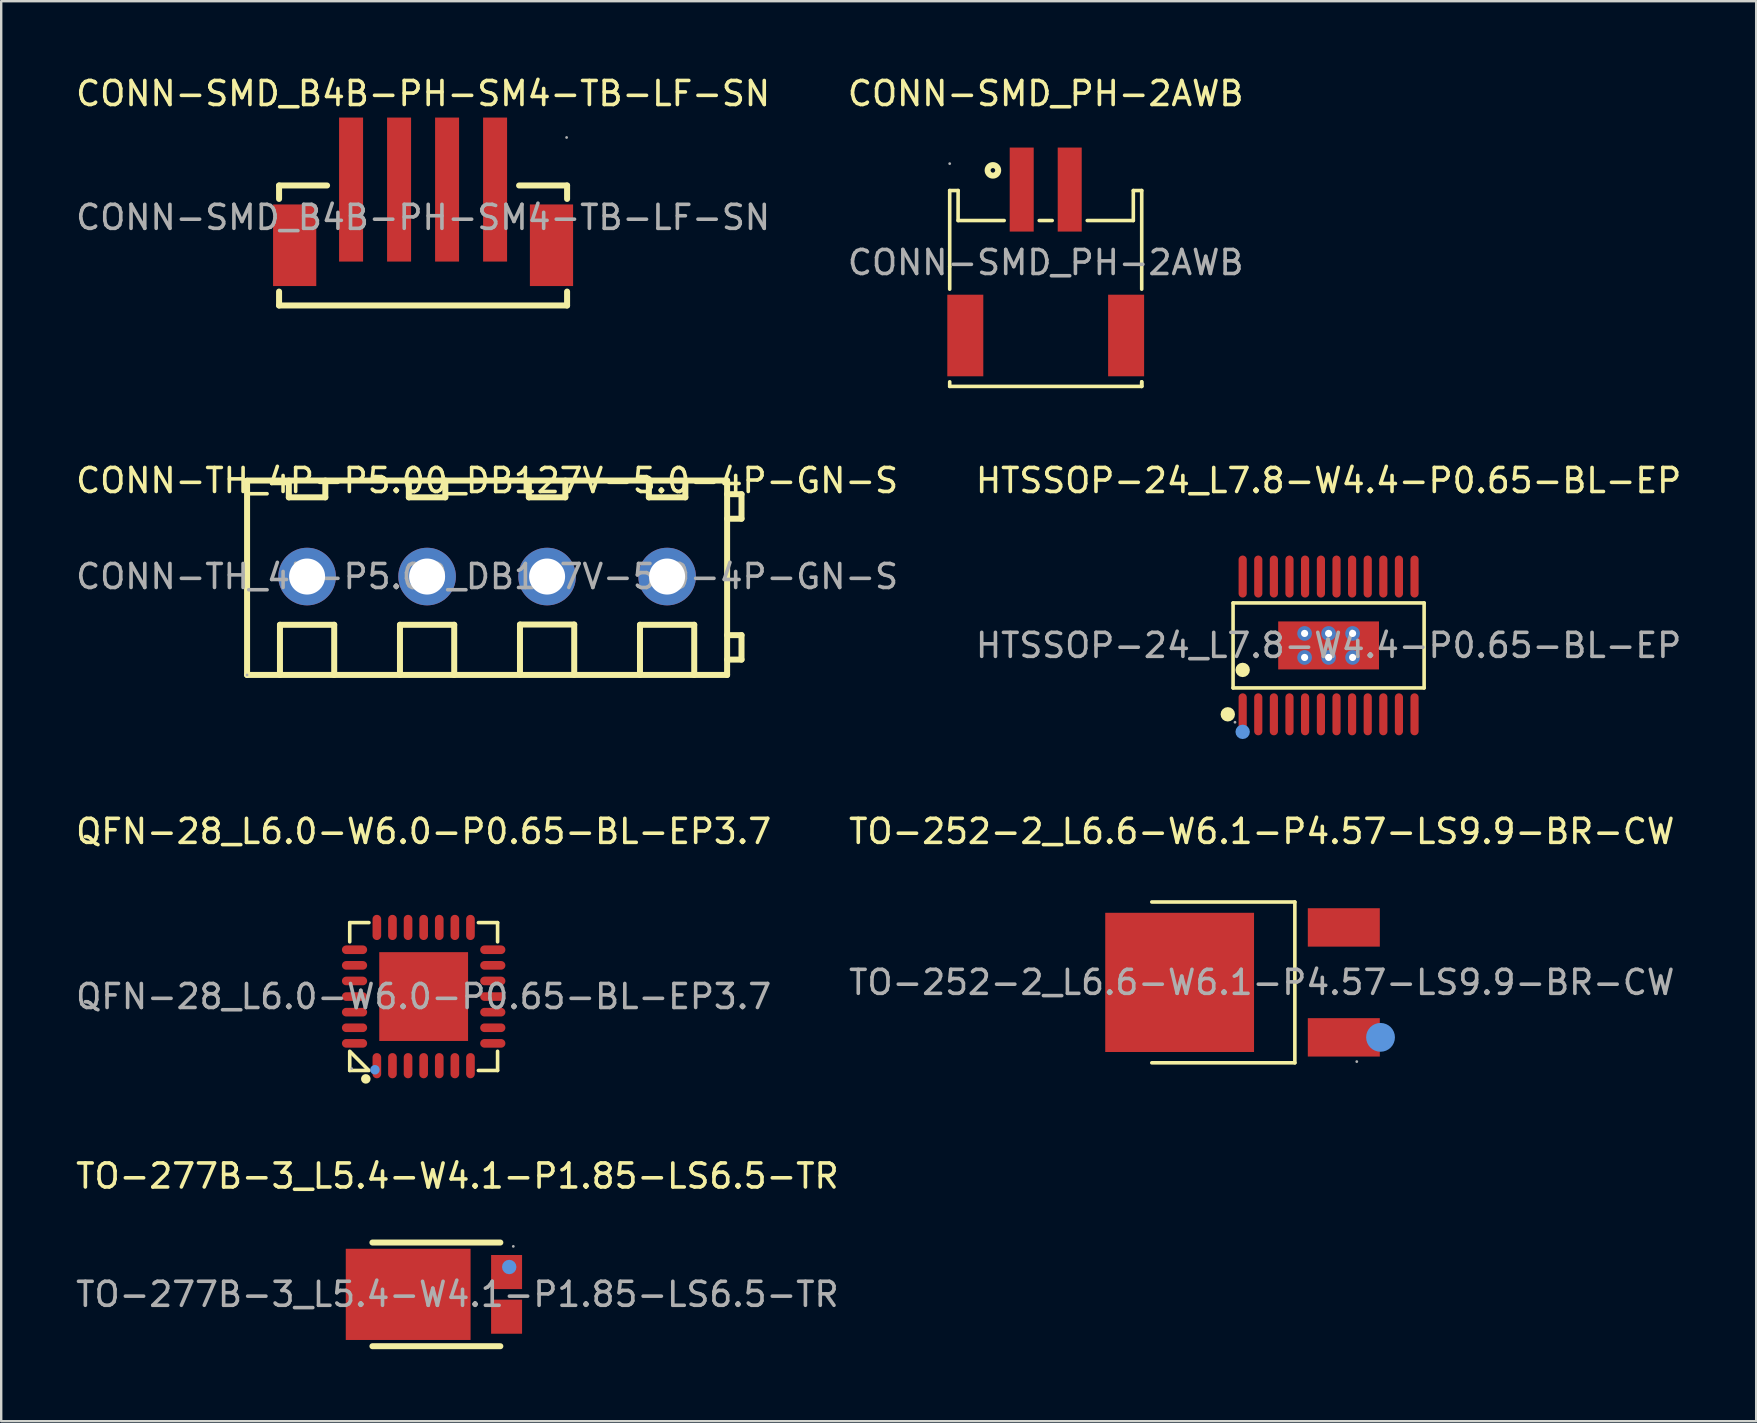
<source format=kicad_pcb>
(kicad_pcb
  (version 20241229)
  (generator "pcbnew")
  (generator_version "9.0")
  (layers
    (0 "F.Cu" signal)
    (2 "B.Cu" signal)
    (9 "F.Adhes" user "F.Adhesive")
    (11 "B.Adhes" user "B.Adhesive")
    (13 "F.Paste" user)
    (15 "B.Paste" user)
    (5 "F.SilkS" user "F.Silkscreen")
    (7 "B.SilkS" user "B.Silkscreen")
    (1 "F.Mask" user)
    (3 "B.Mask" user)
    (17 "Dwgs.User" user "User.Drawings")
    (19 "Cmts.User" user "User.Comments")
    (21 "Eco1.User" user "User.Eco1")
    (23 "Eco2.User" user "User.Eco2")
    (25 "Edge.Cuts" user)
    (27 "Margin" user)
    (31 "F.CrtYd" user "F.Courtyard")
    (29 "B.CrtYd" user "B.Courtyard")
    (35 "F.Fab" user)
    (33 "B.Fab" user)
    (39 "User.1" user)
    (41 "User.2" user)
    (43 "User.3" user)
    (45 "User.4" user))
  (footprint "QFN-28_L6.0-W6.0-P0.65-BL-EP3.7"
    (layer "F.Cu")
    (at 14.601 38.47)
    (property "Reference" "QFN-28_L6.0-W6.0-P0.65-BL-EP3.7" (at 0 -6.88 0) (layer "F.SilkS") (effects (font (size 1 1) (thickness 0.15))))
    (attr smd)
    (fp_line (start -3.08 -3.08) (end -3.08 -2.28) (stroke (width 0.15) (type solid)) (layer "F.SilkS"))
    (fp_line (start -3.08 3.08) (end -3.08 2.28) (stroke (width 0.15) (type solid)) (layer "F.SilkS"))
    (fp_line (start -3.05 2.31) (end -2.31 3.05) (stroke (width 0.15) (type solid)) (layer "F.SilkS"))
    (fp_line (start -2.28 -3.08) (end -3.08 -3.08) (stroke (width 0.15) (type solid)) (layer "F.SilkS"))
    (fp_line (start -2.28 3.08) (end -3.08 3.08) (stroke (width 0.15) (type solid)) (layer "F.SilkS"))
    (fp_line (start 2.28 -3.08) (end 3.08 -3.08) (stroke (width 0.15) (type solid)) (layer "F.SilkS"))
    (fp_line (start 2.28 3.08) (end 3.08 3.08) (stroke (width 0.15) (type solid)) (layer "F.SilkS"))
    (fp_line (start 3.08 -3.08) (end 3.08 -2.28) (stroke (width 0.15) (type solid)) (layer "F.SilkS"))
    (fp_line (start 3.08 3.08) (end 3.08 2.28) (stroke (width 0.15) (type solid)) (layer "F.SilkS"))
    (fp_circle (center -2.41 3.43) (end -2.31 3.43) (stroke (width 0.2) (type solid)) (fill no) (layer "F.SilkS"))
    (fp_circle (center -2.03 3.05) (end -1.93 3.05) (stroke (width 0.2) (type solid)) (fill no) (layer "Cmts.User"))
    (fp_circle (center -3 3) (end -2.97 3) (stroke (width 0.06) (type solid)) (fill no) (layer "F.Fab"))
    (fp_text user "${REFERENCE}" (at 0 0 0) (layer "F.Fab") (effects (font (size 1 1) (thickness 0.15))))
    (pad "1" smd oval (at -1.95 2.88) (size 0.36 1.05) (layers "F.Cu" "F.Mask" "F.Paste"))
    (pad "2" smd oval (at -1.3 2.88) (size 0.36 1.05) (layers "F.Cu" "F.Mask" "F.Paste"))
    (pad "3" smd oval (at -0.65 2.88) (size 0.36 1.05) (layers "F.Cu" "F.Mask" "F.Paste"))
    (pad "4" smd oval (at 0 2.88) (size 0.36 1.05) (layers "F.Cu" "F.Mask" "F.Paste"))
    (pad "5" smd oval (at 0.65 2.88) (size 0.36 1.05) (layers "F.Cu" "F.Mask" "F.Paste"))
    (pad "6" smd oval (at 1.3 2.88) (size 0.36 1.05) (layers "F.Cu" "F.Mask" "F.Paste"))
    (pad "7" smd oval (at 1.95 2.88) (size 0.36 1.05) (layers "F.Cu" "F.Mask" "F.Paste"))
    (pad "8" smd oval (at 2.88 1.95) (size 1.05 0.36) (layers "F.Cu" "F.Mask" "F.Paste"))
    (pad "9" smd oval (at 2.88 1.3) (size 1.05 0.36) (layers "F.Cu" "F.Mask" "F.Paste"))
    (pad "10" smd oval (at 2.88 0.65) (size 1.05 0.36) (layers "F.Cu" "F.Mask" "F.Paste"))
    (pad "11" smd oval (at 2.88 0) (size 1.05 0.36) (layers "F.Cu" "F.Mask" "F.Paste"))
    (pad "12" smd oval (at 2.88 -0.65) (size 1.05 0.36) (layers "F.Cu" "F.Mask" "F.Paste"))
    (pad "13" smd oval (at 2.88 -1.3) (size 1.05 0.36) (layers "F.Cu" "F.Mask" "F.Paste"))
    (pad "14" smd oval (at 2.88 -1.95) (size 1.05 0.36) (layers "F.Cu" "F.Mask" "F.Paste"))
    (pad "15" smd oval (at 1.95 -2.88) (size 0.36 1.05) (layers "F.Cu" "F.Mask" "F.Paste"))
    (pad "16" smd oval (at 1.3 -2.88) (size 0.36 1.05) (layers "F.Cu" "F.Mask" "F.Paste"))
    (pad "17" smd oval (at 0.65 -2.88) (size 0.36 1.05) (layers "F.Cu" "F.Mask" "F.Paste"))
    (pad "18" smd oval (at 0 -2.88) (size 0.36 1.05) (layers "F.Cu" "F.Mask" "F.Paste"))
    (pad "19" smd oval (at -0.65 -2.88) (size 0.36 1.05) (layers "F.Cu" "F.Mask" "F.Paste"))
    (pad "20" smd oval (at -1.3 -2.88) (size 0.36 1.05) (layers "F.Cu" "F.Mask" "F.Paste"))
    (pad "21" smd oval (at -1.95 -2.88) (size 0.36 1.05) (layers "F.Cu" "F.Mask" "F.Paste"))
    (pad "22" smd oval (at -2.88 -1.95) (size 1.05 0.36) (layers "F.Cu" "F.Mask" "F.Paste"))
    (pad "23" smd oval (at -2.88 -1.3) (size 1.05 0.36) (layers "F.Cu" "F.Mask" "F.Paste"))
    (pad "24" smd oval (at -2.88 -0.65) (size 1.05 0.36) (layers "F.Cu" "F.Mask" "F.Paste"))
    (pad "25" smd oval (at -2.88 0) (size 1.05 0.36) (layers "F.Cu" "F.Mask" "F.Paste"))
    (pad "26" smd oval (at -2.88 0.65) (size 1.05 0.36) (layers "F.Cu" "F.Mask" "F.Paste"))
    (pad "27" smd oval (at -2.88 1.3) (size 1.05 0.36) (layers "F.Cu" "F.Mask" "F.Paste"))
    (pad "28" smd oval (at -2.88 1.95) (size 1.05 0.36) (layers "F.Cu" "F.Mask" "F.Paste"))
    (pad "29" smd rect (at 0 0) (size 3.7 3.7) (layers "F.Cu" "F.Mask" "F.Paste")))
  (footprint "TO-277B-3_L5.4-W4.1-P1.85-LS6.5-TR"
    (layer "F.Cu")
    (at 16.006 50.878)
    (property "Reference" "TO-277B-3_L5.4-W4.1-P1.85-LS6.5-TR" (at 0 -4.93 0) (layer "F.SilkS") (effects (font (size 1 1) (thickness 0.15))))
    (attr smd)
    (fp_line (start -3.54 2.16) (end 1.79 2.16) (stroke (width 0.25) (type solid)) (layer "F.SilkS"))
    (fp_line (start 1.79 -2.16) (end -3.54 -2.16) (stroke (width 0.25) (type solid)) (layer "F.SilkS"))
    (fp_circle (center 2.16 -1.14) (end 2.31 -1.14) (stroke (width 0.3) (type solid)) (fill no) (layer "Cmts.User"))
    (fp_circle (center 2.33 -2) (end 2.36 -2) (stroke (width 0.06) (type solid)) (fill no) (layer "F.Fab"))
    (fp_text user "${REFERENCE}" (at 0 0 0) (layer "F.Fab") (effects (font (size 1 1) (thickness 0.15))))
    (pad "1" smd rect (at 2.05 -0.93) (size 1.29 1.42) (layers "F.Cu" "F.Mask" "F.Paste"))
    (pad "2" smd rect (at -2.05 0) (size 5.2 3.8) (layers "F.Cu" "F.Mask" "F.Paste"))
    (pad "3" smd rect (at 2.05 0.93) (size 1.29 1.42) (layers "F.Cu" "F.Mask" "F.Paste")))
  (footprint "CONN-TH_4P-P5.00_DB127V-5.0-4P-GN-S"
    (layer "F.Cu")
    (at 17.244 20.971)
    (property "Reference" "CONN-TH_4P-P5.00_DB127V-5.0-4P-GN-S" (at 0 -4 0) (layer "F.SilkS") (effects (font (size 1 1) (thickness 0.15))))
    (attr through_hole)
    (fp_line (start -10 -4) (end 10 -4) (stroke (width 0.25) (type solid)) (layer "F.SilkS"))
    (fp_line (start -10 4.1) (end -10 -3.99) (stroke (width 0.25) (type solid)) (layer "F.SilkS"))
    (fp_line (start -8.63 2.01) (end -6.37 2.01) (stroke (width 0.25) (type solid)) (layer "F.SilkS"))
    (fp_line (start -8.63 4.1) (end -8.63 2.01) (stroke (width 0.25) (type solid)) (layer "F.SilkS"))
    (fp_line (start -8.26 -4) (end -8.26 -3.3) (stroke (width 0.25) (type solid)) (layer "F.SilkS"))
    (fp_line (start -8.26 -3.3) (end -6.74 -3.3) (stroke (width 0.25) (type solid)) (layer "F.SilkS"))
    (fp_line (start -6.74 -3.3) (end -6.74 -4) (stroke (width 0.25) (type solid)) (layer "F.SilkS"))
    (fp_line (start -6.37 2.01) (end -6.37 4.1) (stroke (width 0.25) (type solid)) (layer "F.SilkS"))
    (fp_line (start -3.63 2.01) (end -1.37 2.01) (stroke (width 0.25) (type solid)) (layer "F.SilkS"))
    (fp_line (start -3.63 4.1) (end -3.63 2.01) (stroke (width 0.25) (type solid)) (layer "F.SilkS"))
    (fp_line (start -3.26 -4) (end -3.26 -3.3) (stroke (width 0.25) (type solid)) (layer "F.SilkS"))
    (fp_line (start -3.26 -3.3) (end -1.74 -3.3) (stroke (width 0.25) (type solid)) (layer "F.SilkS"))
    (fp_line (start -1.74 -3.3) (end -1.74 -4) (stroke (width 0.25) (type solid)) (layer "F.SilkS"))
    (fp_line (start -1.37 2.01) (end -1.37 4.1) (stroke (width 0.25) (type solid)) (layer "F.SilkS"))
    (fp_line (start 1.37 2) (end 3.63 2) (stroke (width 0.25) (type solid)) (layer "F.SilkS"))
    (fp_line (start 1.37 4.09) (end 1.37 2) (stroke (width 0.25) (type solid)) (layer "F.SilkS"))
    (fp_line (start 1.74 -4) (end 1.74 -3.3) (stroke (width 0.25) (type solid)) (layer "F.SilkS"))
    (fp_line (start 1.74 -3.3) (end 3.26 -3.3) (stroke (width 0.25) (type solid)) (layer "F.SilkS"))
    (fp_line (start 3.26 -3.3) (end 3.26 -4) (stroke (width 0.25) (type solid)) (layer "F.SilkS"))
    (fp_line (start 3.63 2) (end 3.63 4.09) (stroke (width 0.25) (type solid)) (layer "F.SilkS"))
    (fp_line (start 6.37 2.01) (end 8.63 2.01) (stroke (width 0.25) (type solid)) (layer "F.SilkS"))
    (fp_line (start 6.37 4.1) (end 6.37 2.01) (stroke (width 0.25) (type solid)) (layer "F.SilkS"))
    (fp_line (start 6.74 -4) (end 6.74 -3.3) (stroke (width 0.25) (type solid)) (layer "F.SilkS"))
    (fp_line (start 6.74 -3.3) (end 8.26 -3.3) (stroke (width 0.25) (type solid)) (layer "F.SilkS"))
    (fp_line (start 8.26 -3.3) (end 8.26 -4) (stroke (width 0.25) (type solid)) (layer "F.SilkS"))
    (fp_line (start 8.63 2.01) (end 8.63 4.1) (stroke (width 0.25) (type solid)) (layer "F.SilkS"))
    (fp_line (start 10 -4) (end 10 4.1) (stroke (width 0.25) (type solid)) (layer "F.SilkS"))
    (fp_line (start 10 -2.41) (end 10.6 -2.41) (stroke (width 0.25) (type solid)) (layer "F.SilkS"))
    (fp_line (start 10 3.46) (end 10.6 3.46) (stroke (width 0.25) (type solid)) (layer "F.SilkS"))
    (fp_line (start 10 4.1) (end -10 4.1) (stroke (width 0.25) (type solid)) (layer "F.SilkS"))
    (fp_line (start 10.6 -3.43) (end 10 -3.43) (stroke (width 0.25) (type solid)) (layer "F.SilkS"))
    (fp_line (start 10.6 -2.41) (end 10.6 -3.43) (stroke (width 0.25) (type solid)) (layer "F.SilkS"))
    (fp_line (start 10.6 2.44) (end 10 2.44) (stroke (width 0.25) (type solid)) (layer "F.SilkS"))
    (fp_line (start 10.6 3.46) (end 10.6 2.44) (stroke (width 0.25) (type solid)) (layer "F.SilkS"))
    (fp_circle (center -10 4.1) (end -9.97 4.1) (stroke (width 0.06) (type solid)) (fill no) (layer "F.Fab"))
    (fp_text user "${REFERENCE}" (at 0 0 0) (layer "F.Fab") (effects (font (size 1 1) (thickness 0.15))))
    (pad "1" thru_hole circle (at -7.5 0) (size 2.4 2.4) (drill 1.5) (layers "*.Cu" "*.Mask"))
    (pad "2" thru_hole circle (at -2.5 0) (size 2.4 2.4) (drill 1.5) (layers "*.Cu" "*.Mask"))
    (pad "3" thru_hole circle (at 2.5 0) (size 2.4 2.4) (drill 1.5) (layers "*.Cu" "*.Mask"))
    (pad "4" thru_hole circle (at 7.5 0) (size 2.4 2.4) (drill 1.5) (layers "*.Cu" "*.Mask")))
  (footprint "CONN-SMD_B4B-PH-SM4-TB-LF-SN"
    (layer "F.Cu")
    (at 14.577 6.008)
    (property "Reference" "CONN-SMD_B4B-PH-SM4-TB-LF-SN" (at 0 -5.16 0) (layer "F.SilkS") (effects (font (size 1 1) (thickness 0.15))))
    (attr smd)
    (fp_line (start -6 -1.33) (end -6 -0.77) (stroke (width 0.25) (type solid)) (layer "F.SilkS"))
    (fp_line (start -6 -1.33) (end -4 -1.33) (stroke (width 0.25) (type solid)) (layer "F.SilkS"))
    (fp_line (start -6 3.67) (end -6 3.09) (stroke (width 0.25) (type solid)) (layer "F.SilkS"))
    (fp_line (start 4 -1.33) (end 6 -1.33) (stroke (width 0.25) (type solid)) (layer "F.SilkS"))
    (fp_line (start 6 -1.33) (end 6 -0.77) (stroke (width 0.25) (type solid)) (layer "F.SilkS"))
    (fp_line (start 6 3.09) (end 6 3.67) (stroke (width 0.25) (type solid)) (layer "F.SilkS"))
    (fp_line (start 6 3.67) (end -6 3.67) (stroke (width 0.25) (type solid)) (layer "F.SilkS"))
    (fp_circle (center 5.98 -3.33) (end 6.01 -3.33) (stroke (width 0.06) (type solid)) (fill no) (layer "F.Fab"))
    (fp_text user "${REFERENCE}" (at 0 0 0) (layer "F.Fab") (effects (font (size 1 1) (thickness 0.15))))
    (pad "1" smd rect (at 3 -1.16 180) (size 1 6) (layers "F.Cu" "F.Mask" "F.Paste"))
    (pad "2" smd rect (at 1 -1.16 180) (size 1 6) (layers "F.Cu" "F.Mask" "F.Paste"))
    (pad "3" smd rect (at -1 -1.16 180) (size 1 6) (layers "F.Cu" "F.Mask" "F.Paste"))
    (pad "4" smd rect (at -3 -1.16 180) (size 1 6) (layers "F.Cu" "F.Mask" "F.Paste"))
    (pad "5" smd rect (at -5.35 1.16) (size 1.8 3.4) (layers "F.Cu" "F.Mask" "F.Paste"))
    (pad "6" smd rect (at 5.35 1.16) (size 1.8 3.4) (layers "F.Cu" "F.Mask" "F.Paste")))
  (footprint "HTSSOP-24_L7.8-W4.4-P0.65-BL-EP"
    (layer "F.Cu")
    (at 52.304 23.841)
    (property "Reference" "HTSSOP-24_L7.8-W4.4-P0.65-BL-EP" (at 0 -6.87 0) (layer "F.SilkS") (effects (font (size 1 1) (thickness 0.15))))
    (attr smd)
    (fp_line (start -3.98 -1.77) (end 3.98 -1.77) (stroke (width 0.15) (type solid)) (layer "F.SilkS"))
    (fp_line (start -3.98 1.77) (end -3.98 -1.77) (stroke (width 0.15) (type solid)) (layer "F.SilkS"))
    (fp_line (start 3.98 -1.77) (end 3.98 1.77) (stroke (width 0.15) (type solid)) (layer "F.SilkS"))
    (fp_line (start 3.98 1.77) (end -3.98 1.77) (stroke (width 0.15) (type solid)) (layer "F.SilkS"))
    (fp_circle (center -4.2 2.87) (end -4.05 2.87) (stroke (width 0.3) (type solid)) (fill no) (layer "F.SilkS"))
    (fp_circle (center -3.58 1.02) (end -3.43 1.02) (stroke (width 0.3) (type solid)) (fill no) (layer "F.SilkS"))
    (fp_circle (center -3.58 3.6) (end -3.43 3.6) (stroke (width 0.3) (type solid)) (fill no) (layer "Cmts.User"))
    (fp_circle (center -3.9 3.2) (end -3.87 3.2) (stroke (width 0.06) (type solid)) (fill no) (layer "F.Fab"))
    (fp_text user "${REFERENCE}" (at 0 0 0) (layer "F.Fab") (effects (font (size 1 1) (thickness 0.15))))
    (pad "" thru_hole circle (at -1 -0.5) (size 0.61 0.61) (drill 0.3) (layers "*.Cu" "*.Paste" "*.Mask"))
    (pad "" thru_hole circle (at -1 0.5) (size 0.61 0.61) (drill 0.3) (layers "*.Cu" "*.Paste" "*.Mask"))
    (pad "" thru_hole circle (at 0 -0.5) (size 0.61 0.61) (drill 0.3) (layers "*.Cu" "*.Paste" "*.Mask"))
    (pad "" thru_hole circle (at 0 0.5) (size 0.61 0.61) (drill 0.3) (layers "*.Cu" "*.Paste" "*.Mask"))
    (pad "" thru_hole circle (at 1 -0.5) (size 0.61 0.61) (drill 0.3) (layers "*.Cu" "*.Paste" "*.Mask"))
    (pad "" thru_hole circle (at 1 0.5) (size 0.61 0.61) (drill 0.3) (layers "*.Cu" "*.Paste" "*.Mask"))
    (pad "1" smd oval (at -3.58 2.87) (size 0.34 1.75) (layers "F.Cu" "F.Mask" "F.Paste"))
    (pad "2" smd oval (at -2.93 2.87) (size 0.34 1.75) (layers "F.Cu" "F.Mask" "F.Paste"))
    (pad "3" smd oval (at -2.28 2.87) (size 0.34 1.75) (layers "F.Cu" "F.Mask" "F.Paste"))
    (pad "4" smd oval (at -1.63 2.87) (size 0.34 1.75) (layers "F.Cu" "F.Mask" "F.Paste"))
    (pad "5" smd oval (at -0.98 2.87) (size 0.34 1.75) (layers "F.Cu" "F.Mask" "F.Paste"))
    (pad "6" smd oval (at -0.32 2.87) (size 0.34 1.75) (layers "F.Cu" "F.Mask" "F.Paste"))
    (pad "7" smd oval (at 0.33 2.87) (size 0.34 1.75) (layers "F.Cu" "F.Mask" "F.Paste"))
    (pad "8" smd oval (at 0.98 2.87) (size 0.34 1.75) (layers "F.Cu" "F.Mask" "F.Paste"))
    (pad "9" smd oval (at 1.63 2.87) (size 0.34 1.75) (layers "F.Cu" "F.Mask" "F.Paste"))
    (pad "10" smd oval (at 2.28 2.87) (size 0.34 1.75) (layers "F.Cu" "F.Mask" "F.Paste"))
    (pad "11" smd oval (at 2.93 2.87) (size 0.34 1.75) (layers "F.Cu" "F.Mask" "F.Paste"))
    (pad "12" smd oval (at 3.58 2.87) (size 0.34 1.75) (layers "F.Cu" "F.Mask" "F.Paste"))
    (pad "13" smd oval (at 3.58 -2.87) (size 0.34 1.75) (layers "F.Cu" "F.Mask" "F.Paste"))
    (pad "14" smd oval (at 2.93 -2.87) (size 0.34 1.75) (layers "F.Cu" "F.Mask" "F.Paste"))
    (pad "15" smd oval (at 2.28 -2.87) (size 0.34 1.75) (layers "F.Cu" "F.Mask" "F.Paste"))
    (pad "16" smd oval (at 1.63 -2.87) (size 0.34 1.75) (layers "F.Cu" "F.Mask" "F.Paste"))
    (pad "17" smd oval (at 0.98 -2.87) (size 0.34 1.75) (layers "F.Cu" "F.Mask" "F.Paste"))
    (pad "18" smd oval (at 0.33 -2.87) (size 0.34 1.75) (layers "F.Cu" "F.Mask" "F.Paste"))
    (pad "19" smd oval (at -0.32 -2.87) (size 0.34 1.75) (layers "F.Cu" "F.Mask" "F.Paste"))
    (pad "20" smd oval (at -0.98 -2.87) (size 0.34 1.75) (layers "F.Cu" "F.Mask" "F.Paste"))
    (pad "21" smd oval (at -1.63 -2.87) (size 0.34 1.75) (layers "F.Cu" "F.Mask" "F.Paste"))
    (pad "22" smd oval (at -2.28 -2.87) (size 0.34 1.75) (layers "F.Cu" "F.Mask" "F.Paste"))
    (pad "23" smd oval (at -2.93 -2.87) (size 0.34 1.75) (layers "F.Cu" "F.Mask" "F.Paste"))
    (pad "24" smd oval (at -3.58 -2.87) (size 0.34 1.75) (layers "F.Cu" "F.Mask" "F.Paste"))
    (pad "25" smd rect (at 0 0) (size 4.2 2) (layers "F.Cu" "F.Mask" "F.Paste")))
  (footprint "CONN-SMD_PH-2AWB"
    (layer "F.Cu")
    (at 40.518 7.888)
    (property "Reference" "CONN-SMD_PH-2AWB" (at 0 -7.04 0) (layer "F.SilkS") (effects (font (size 1 1) (thickness 0.15))))
    (attr smd)
    (fp_line (start -4 -3) (end -3.65 -3) (stroke (width 0.15) (type solid)) (layer "F.SilkS"))
    (fp_line (start -4 0.17) (end -4 -3) (stroke (width 0.15) (type solid)) (layer "F.SilkS"))
    (fp_line (start -4 1.11) (end -4 0.17) (stroke (width 0.15) (type solid)) (layer "F.SilkS"))
    (fp_line (start -4 5.16) (end -4 4.97) (stroke (width 0.15) (type solid)) (layer "F.SilkS"))
    (fp_line (start -3.65 -3) (end -3.65 -1.75) (stroke (width 0.15) (type solid)) (layer "F.SilkS"))
    (fp_line (start -3.65 -1.75) (end -1.73 -1.75) (stroke (width 0.15) (type solid)) (layer "F.SilkS"))
    (fp_line (start -0.27 -1.75) (end 0.27 -1.75) (stroke (width 0.15) (type solid)) (layer "F.SilkS"))
    (fp_line (start 1.73 -1.75) (end 3.65 -1.75) (stroke (width 0.15) (type solid)) (layer "F.SilkS"))
    (fp_line (start 3.65 -3) (end 4 -3) (stroke (width 0.15) (type solid)) (layer "F.SilkS"))
    (fp_line (start 3.65 -1.75) (end 3.65 -3) (stroke (width 0.15) (type solid)) (layer "F.SilkS"))
    (fp_line (start 4 -3) (end 4 1.11) (stroke (width 0.15) (type solid)) (layer "F.SilkS"))
    (fp_line (start 4 4.97) (end 4 5.16) (stroke (width 0.15) (type solid)) (layer "F.SilkS"))
    (fp_line (start 4 4.97) (end 4 5.16) (stroke (width 0.15) (type solid)) (layer "F.SilkS"))
    (fp_line (start 4 5.16) (end -4 5.16) (stroke (width 0.15) (type solid)) (layer "F.SilkS"))
    (fp_circle (center -2.2 -3.84) (end -1.98 -3.84) (stroke (width 0.25) (type solid)) (fill no) (layer "F.SilkS"))
    (fp_circle (center -4 -4.12) (end -3.97 -4.12) (stroke (width 0.06) (type solid)) (fill no) (layer "F.Fab"))
    (fp_text user "${REFERENCE}" (at 0 0 0) (layer "F.Fab") (effects (font (size 1 1) (thickness 0.15))))
    (pad "1" smd rect (at -1 -3.04) (size 1 3.5) (layers "F.Cu" "F.Mask" "F.Paste"))
    (pad "2" smd rect (at 1 -3.04) (size 1 3.5) (layers "F.Cu" "F.Mask" "F.Paste"))
    (pad "3" smd rect (at -3.35 3.04) (size 1.5 3.4) (layers "F.Cu" "F.Mask" "F.Paste"))
    (pad "4" smd rect (at 3.35 3.04) (size 1.5 3.4) (layers "F.Cu" "F.Mask" "F.Paste")))
  (footprint "TO-252-2_L6.6-W6.1-P4.57-LS9.9-BR-CW"
    (layer "F.Cu")
    (at 49.518 37.88)
    (property "Reference" "TO-252-2_L6.6-W6.1-P4.57-LS9.9-BR-CW" (at 0 -6.29 0) (layer "F.SilkS") (effects (font (size 1 1) (thickness 0.15))))
    (attr smd)
    (fp_line (start -4.58 -3.35) (end 1.38 -3.35) (stroke (width 0.15) (type solid)) (layer "F.SilkS"))
    (fp_line (start -4.58 3.35) (end 1.38 3.35) (stroke (width 0.15) (type solid)) (layer "F.SilkS"))
    (fp_line (start 1.38 3.35) (end 1.38 -3.35) (stroke (width 0.15) (type solid)) (layer "F.SilkS"))
    (fp_circle (center 4.95 2.29) (end 5.25 2.29) (stroke (width 0.6) (type solid)) (fill no) (layer "Cmts.User"))
    (fp_circle (center 3.96 3.3) (end 3.99 3.3) (stroke (width 0.06) (type solid)) (fill no) (layer "F.Fab"))
    (fp_text user "${REFERENCE}" (at 0 0 0) (layer "F.Fab") (effects (font (size 1 1) (thickness 0.15))))
    (pad "1" smd rect (at 3.42 2.29) (size 3 1.6) (layers "F.Cu" "F.Mask" "F.Paste"))
    (pad "2" smd rect (at -3.42 0) (size 6.2 5.8) (layers "F.Cu" "F.Mask" "F.Paste"))
    (pad "3" smd rect (at 3.42 -2.29) (size 3 1.6) (layers "F.Cu" "F.Mask" "F.Paste")))
  (gr_rect
    (start -3 -3)
    (end 70.119 56.163)
    (stroke (width 0.1) (type default))
    (fill no)
    (layer "Edge.Cuts")))
</source>
